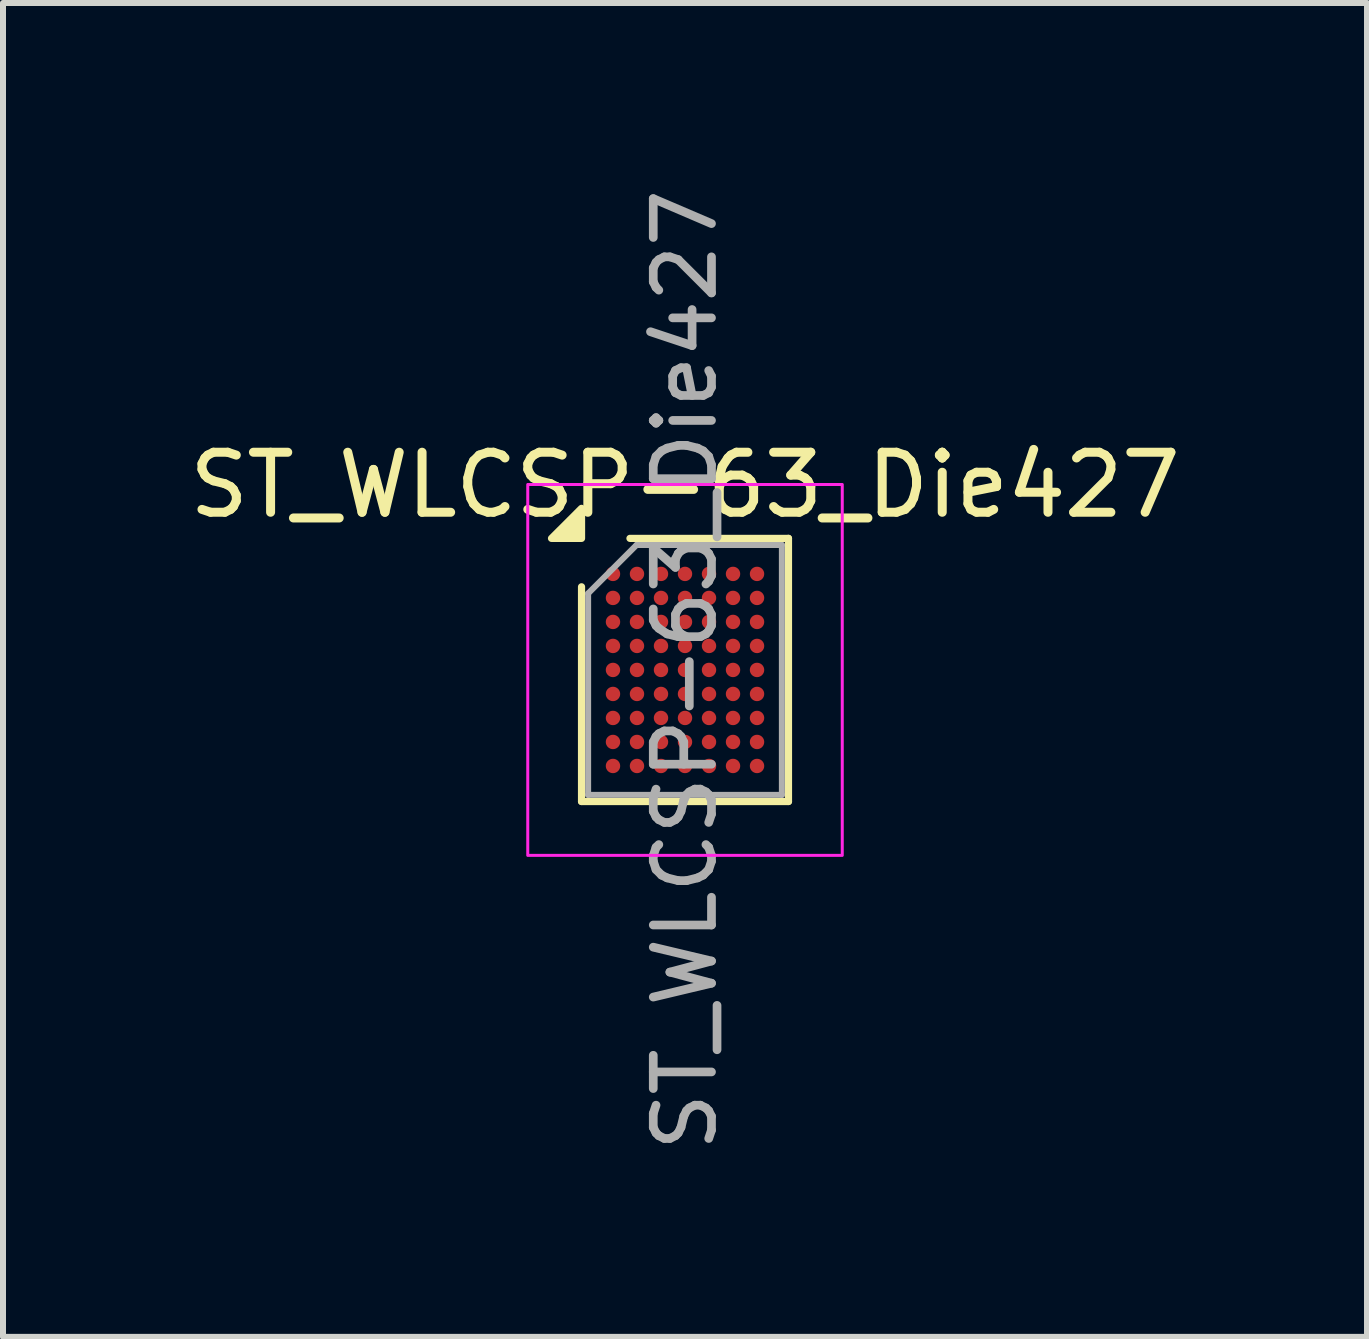
<source format=kicad_pcb>
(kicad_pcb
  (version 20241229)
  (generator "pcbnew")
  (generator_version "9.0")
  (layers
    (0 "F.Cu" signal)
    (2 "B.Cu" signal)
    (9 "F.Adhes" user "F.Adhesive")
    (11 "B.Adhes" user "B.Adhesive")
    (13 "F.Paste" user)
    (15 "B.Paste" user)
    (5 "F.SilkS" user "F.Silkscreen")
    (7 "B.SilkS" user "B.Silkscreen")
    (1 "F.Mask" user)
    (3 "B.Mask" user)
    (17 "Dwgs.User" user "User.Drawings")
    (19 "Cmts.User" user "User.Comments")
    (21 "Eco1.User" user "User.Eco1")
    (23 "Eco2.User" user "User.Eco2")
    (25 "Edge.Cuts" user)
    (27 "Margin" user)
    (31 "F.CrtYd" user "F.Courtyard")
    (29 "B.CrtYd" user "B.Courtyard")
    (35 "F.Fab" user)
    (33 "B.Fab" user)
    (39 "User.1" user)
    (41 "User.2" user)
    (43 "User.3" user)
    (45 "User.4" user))
  (footprint "ST_WLCSP-63_Die427"
    (layer "F.Cu")
    (at 8.363 8.112)
    (property "Reference" "ST_WLCSP-63_Die427" (at 0 -3.082 0) (layer "F.SilkS") (effects (font (size 1 1) (thickness 0.15))))
    (attr smd)
    (fp_line (start -1.724 2.192) (end -1.724 -1.385) (stroke (width 0.12) (type solid)) (layer "F.SilkS"))
    (fp_line (start -0.917 -2.192) (end 1.724 -2.192) (stroke (width 0.12) (type solid)) (layer "F.SilkS"))
    (fp_line (start 1.724 -2.192) (end 1.724 2.192) (stroke (width 0.12) (type solid)) (layer "F.SilkS"))
    (fp_line (start 1.724 2.192) (end -1.724 2.192) (stroke (width 0.12) (type solid)) (layer "F.SilkS"))
    (fp_poly (pts (xy -1.724 -2.192) (xy -2.224 -2.192) (xy -1.724 -2.692)) (stroke (width 0.12) (type solid)) (fill yes) (layer "F.SilkS"))
    (fp_rect (start -2.62 -3.09) (end 2.62 3.09) (stroke (width 0.05) (type solid)) (fill no) (layer "F.CrtYd"))
    (fp_line (start -1.614 -1.275) (end -0.807 -2.082) (stroke (width 0.1) (type solid)) (layer "F.Fab"))
    (fp_line (start -1.614 2.082) (end -1.614 -1.275) (stroke (width 0.1) (type solid)) (layer "F.Fab"))
    (fp_line (start -0.807 -2.082) (end 1.614 -2.082) (stroke (width 0.1) (type solid)) (layer "F.Fab"))
    (fp_line (start 1.614 -2.082) (end 1.614 2.082) (stroke (width 0.1) (type solid)) (layer "F.Fab"))
    (fp_line (start 1.614 2.082) (end -1.614 2.082) (stroke (width 0.1) (type solid)) (layer "F.Fab"))
    (fp_text user "${REFERENCE}" (at 0 0 270) (layer "F.Fab") (effects (font (size 0.97 0.97) (thickness 0.145))))
    (pad "A1" smd circle (at -1.2 -1.6) (size 0.24 0.24) (property pad_prop_bga) (layers "F.Cu" "F.Mask" "F.Paste"))
    (pad "A2" smd circle (at -0.8 -1.6) (size 0.24 0.24) (property pad_prop_bga) (layers "F.Cu" "F.Mask" "F.Paste"))
    (pad "A3" smd circle (at -0.4 -1.6) (size 0.24 0.24) (property pad_prop_bga) (layers "F.Cu" "F.Mask" "F.Paste"))
    (pad "A4" smd circle (at 0 -1.6) (size 0.24 0.24) (property pad_prop_bga) (layers "F.Cu" "F.Mask" "F.Paste"))
    (pad "A5" smd circle (at 0.4 -1.6) (size 0.24 0.24) (property pad_prop_bga) (layers "F.Cu" "F.Mask" "F.Paste"))
    (pad "A6" smd circle (at 0.8 -1.6) (size 0.24 0.24) (property pad_prop_bga) (layers "F.Cu" "F.Mask" "F.Paste"))
    (pad "A7" smd circle (at 1.2 -1.6) (size 0.24 0.24) (property pad_prop_bga) (layers "F.Cu" "F.Mask" "F.Paste"))
    (pad "B1" smd circle (at -1.2 -1.2) (size 0.24 0.24) (property pad_prop_bga) (layers "F.Cu" "F.Mask" "F.Paste"))
    (pad "B2" smd circle (at -0.8 -1.2) (size 0.24 0.24) (property pad_prop_bga) (layers "F.Cu" "F.Mask" "F.Paste"))
    (pad "B3" smd circle (at -0.4 -1.2) (size 0.24 0.24) (property pad_prop_bga) (layers "F.Cu" "F.Mask" "F.Paste"))
    (pad "B4" smd circle (at 0 -1.2) (size 0.24 0.24) (property pad_prop_bga) (layers "F.Cu" "F.Mask" "F.Paste"))
    (pad "B5" smd circle (at 0.4 -1.2) (size 0.24 0.24) (property pad_prop_bga) (layers "F.Cu" "F.Mask" "F.Paste"))
    (pad "B6" smd circle (at 0.8 -1.2) (size 0.24 0.24) (property pad_prop_bga) (layers "F.Cu" "F.Mask" "F.Paste"))
    (pad "B7" smd circle (at 1.2 -1.2) (size 0.24 0.24) (property pad_prop_bga) (layers "F.Cu" "F.Mask" "F.Paste"))
    (pad "C1" smd circle (at -1.2 -0.8) (size 0.24 0.24) (property pad_prop_bga) (layers "F.Cu" "F.Mask" "F.Paste"))
    (pad "C2" smd circle (at -0.8 -0.8) (size 0.24 0.24) (property pad_prop_bga) (layers "F.Cu" "F.Mask" "F.Paste"))
    (pad "C3" smd circle (at -0.4 -0.8) (size 0.24 0.24) (property pad_prop_bga) (layers "F.Cu" "F.Mask" "F.Paste"))
    (pad "C4" smd circle (at 0 -0.8) (size 0.24 0.24) (property pad_prop_bga) (layers "F.Cu" "F.Mask" "F.Paste"))
    (pad "C5" smd circle (at 0.4 -0.8) (size 0.24 0.24) (property pad_prop_bga) (layers "F.Cu" "F.Mask" "F.Paste"))
    (pad "C6" smd circle (at 0.8 -0.8) (size 0.24 0.24) (property pad_prop_bga) (layers "F.Cu" "F.Mask" "F.Paste"))
    (pad "C7" smd circle (at 1.2 -0.8) (size 0.24 0.24) (property pad_prop_bga) (layers "F.Cu" "F.Mask" "F.Paste"))
    (pad "D1" smd circle (at -1.2 -0.4) (size 0.24 0.24) (property pad_prop_bga) (layers "F.Cu" "F.Mask" "F.Paste"))
    (pad "D2" smd circle (at -0.8 -0.4) (size 0.24 0.24) (property pad_prop_bga) (layers "F.Cu" "F.Mask" "F.Paste"))
    (pad "D3" smd circle (at -0.4 -0.4) (size 0.24 0.24) (property pad_prop_bga) (layers "F.Cu" "F.Mask" "F.Paste"))
    (pad "D4" smd circle (at 0 -0.4) (size 0.24 0.24) (property pad_prop_bga) (layers "F.Cu" "F.Mask" "F.Paste"))
    (pad "D5" smd circle (at 0.4 -0.4) (size 0.24 0.24) (property pad_prop_bga) (layers "F.Cu" "F.Mask" "F.Paste"))
    (pad "D6" smd circle (at 0.8 -0.4) (size 0.24 0.24) (property pad_prop_bga) (layers "F.Cu" "F.Mask" "F.Paste"))
    (pad "D7" smd circle (at 1.2 -0.4) (size 0.24 0.24) (property pad_prop_bga) (layers "F.Cu" "F.Mask" "F.Paste"))
    (pad "E1" smd circle (at -1.2 0) (size 0.24 0.24) (property pad_prop_bga) (layers "F.Cu" "F.Mask" "F.Paste"))
    (pad "E2" smd circle (at -0.8 0) (size 0.24 0.24) (property pad_prop_bga) (layers "F.Cu" "F.Mask" "F.Paste"))
    (pad "E3" smd circle (at -0.4 0) (size 0.24 0.24) (property pad_prop_bga) (layers "F.Cu" "F.Mask" "F.Paste"))
    (pad "E4" smd circle (at 0 0) (size 0.24 0.24) (property pad_prop_bga) (layers "F.Cu" "F.Mask" "F.Paste"))
    (pad "E5" smd circle (at 0.4 0) (size 0.24 0.24) (property pad_prop_bga) (layers "F.Cu" "F.Mask" "F.Paste"))
    (pad "E6" smd circle (at 0.8 0) (size 0.24 0.24) (property pad_prop_bga) (layers "F.Cu" "F.Mask" "F.Paste"))
    (pad "E7" smd circle (at 1.2 0) (size 0.24 0.24) (property pad_prop_bga) (layers "F.Cu" "F.Mask" "F.Paste"))
    (pad "F1" smd circle (at -1.2 0.4) (size 0.24 0.24) (property pad_prop_bga) (layers "F.Cu" "F.Mask" "F.Paste"))
    (pad "F2" smd circle (at -0.8 0.4) (size 0.24 0.24) (property pad_prop_bga) (layers "F.Cu" "F.Mask" "F.Paste"))
    (pad "F3" smd circle (at -0.4 0.4) (size 0.24 0.24) (property pad_prop_bga) (layers "F.Cu" "F.Mask" "F.Paste"))
    (pad "F4" smd circle (at 0 0.4) (size 0.24 0.24) (property pad_prop_bga) (layers "F.Cu" "F.Mask" "F.Paste"))
    (pad "F5" smd circle (at 0.4 0.4) (size 0.24 0.24) (property pad_prop_bga) (layers "F.Cu" "F.Mask" "F.Paste"))
    (pad "F6" smd circle (at 0.8 0.4) (size 0.24 0.24) (property pad_prop_bga) (layers "F.Cu" "F.Mask" "F.Paste"))
    (pad "F7" smd circle (at 1.2 0.4) (size 0.24 0.24) (property pad_prop_bga) (layers "F.Cu" "F.Mask" "F.Paste"))
    (pad "G1" smd circle (at -1.2 0.8) (size 0.24 0.24) (property pad_prop_bga) (layers "F.Cu" "F.Mask" "F.Paste"))
    (pad "G2" smd circle (at -0.8 0.8) (size 0.24 0.24) (property pad_prop_bga) (layers "F.Cu" "F.Mask" "F.Paste"))
    (pad "G3" smd circle (at -0.4 0.8) (size 0.24 0.24) (property pad_prop_bga) (layers "F.Cu" "F.Mask" "F.Paste"))
    (pad "G4" smd circle (at 0 0.8) (size 0.24 0.24) (property pad_prop_bga) (layers "F.Cu" "F.Mask" "F.Paste"))
    (pad "G5" smd circle (at 0.4 0.8) (size 0.24 0.24) (property pad_prop_bga) (layers "F.Cu" "F.Mask" "F.Paste"))
    (pad "G6" smd circle (at 0.8 0.8) (size 0.24 0.24) (property pad_prop_bga) (layers "F.Cu" "F.Mask" "F.Paste"))
    (pad "G7" smd circle (at 1.2 0.8) (size 0.24 0.24) (property pad_prop_bga) (layers "F.Cu" "F.Mask" "F.Paste"))
    (pad "H1" smd circle (at -1.2 1.2) (size 0.24 0.24) (property pad_prop_bga) (layers "F.Cu" "F.Mask" "F.Paste"))
    (pad "H2" smd circle (at -0.8 1.2) (size 0.24 0.24) (property pad_prop_bga) (layers "F.Cu" "F.Mask" "F.Paste"))
    (pad "H3" smd circle (at -0.4 1.2) (size 0.24 0.24) (property pad_prop_bga) (layers "F.Cu" "F.Mask" "F.Paste"))
    (pad "H4" smd circle (at 0 1.2) (size 0.24 0.24) (property pad_prop_bga) (layers "F.Cu" "F.Mask" "F.Paste"))
    (pad "H5" smd circle (at 0.4 1.2) (size 0.24 0.24) (property pad_prop_bga) (layers "F.Cu" "F.Mask" "F.Paste"))
    (pad "H6" smd circle (at 0.8 1.2) (size 0.24 0.24) (property pad_prop_bga) (layers "F.Cu" "F.Mask" "F.Paste"))
    (pad "H7" smd circle (at 1.2 1.2) (size 0.24 0.24) (property pad_prop_bga) (layers "F.Cu" "F.Mask" "F.Paste"))
    (pad "J1" smd circle (at -1.2 1.6) (size 0.24 0.24) (property pad_prop_bga) (layers "F.Cu" "F.Mask" "F.Paste"))
    (pad "J2" smd circle (at -0.8 1.6) (size 0.24 0.24) (property pad_prop_bga) (layers "F.Cu" "F.Mask" "F.Paste"))
    (pad "J3" smd circle (at -0.4 1.6) (size 0.24 0.24) (property pad_prop_bga) (layers "F.Cu" "F.Mask" "F.Paste"))
    (pad "J4" smd circle (at 0 1.6) (size 0.24 0.24) (property pad_prop_bga) (layers "F.Cu" "F.Mask" "F.Paste"))
    (pad "J5" smd circle (at 0.4 1.6) (size 0.24 0.24) (property pad_prop_bga) (layers "F.Cu" "F.Mask" "F.Paste"))
    (pad "J6" smd circle (at 0.8 1.6) (size 0.24 0.24) (property pad_prop_bga) (layers "F.Cu" "F.Mask" "F.Paste"))
    (pad "J7" smd circle (at 1.2 1.6) (size 0.24 0.24) (property pad_prop_bga) (layers "F.Cu" "F.Mask" "F.Paste")))
  (gr_rect
    (start -3 -3)
    (end 19.726 19.224)
    (stroke (width 0.1) (type default))
    (fill no)
    (layer "Edge.Cuts")))
</source>
